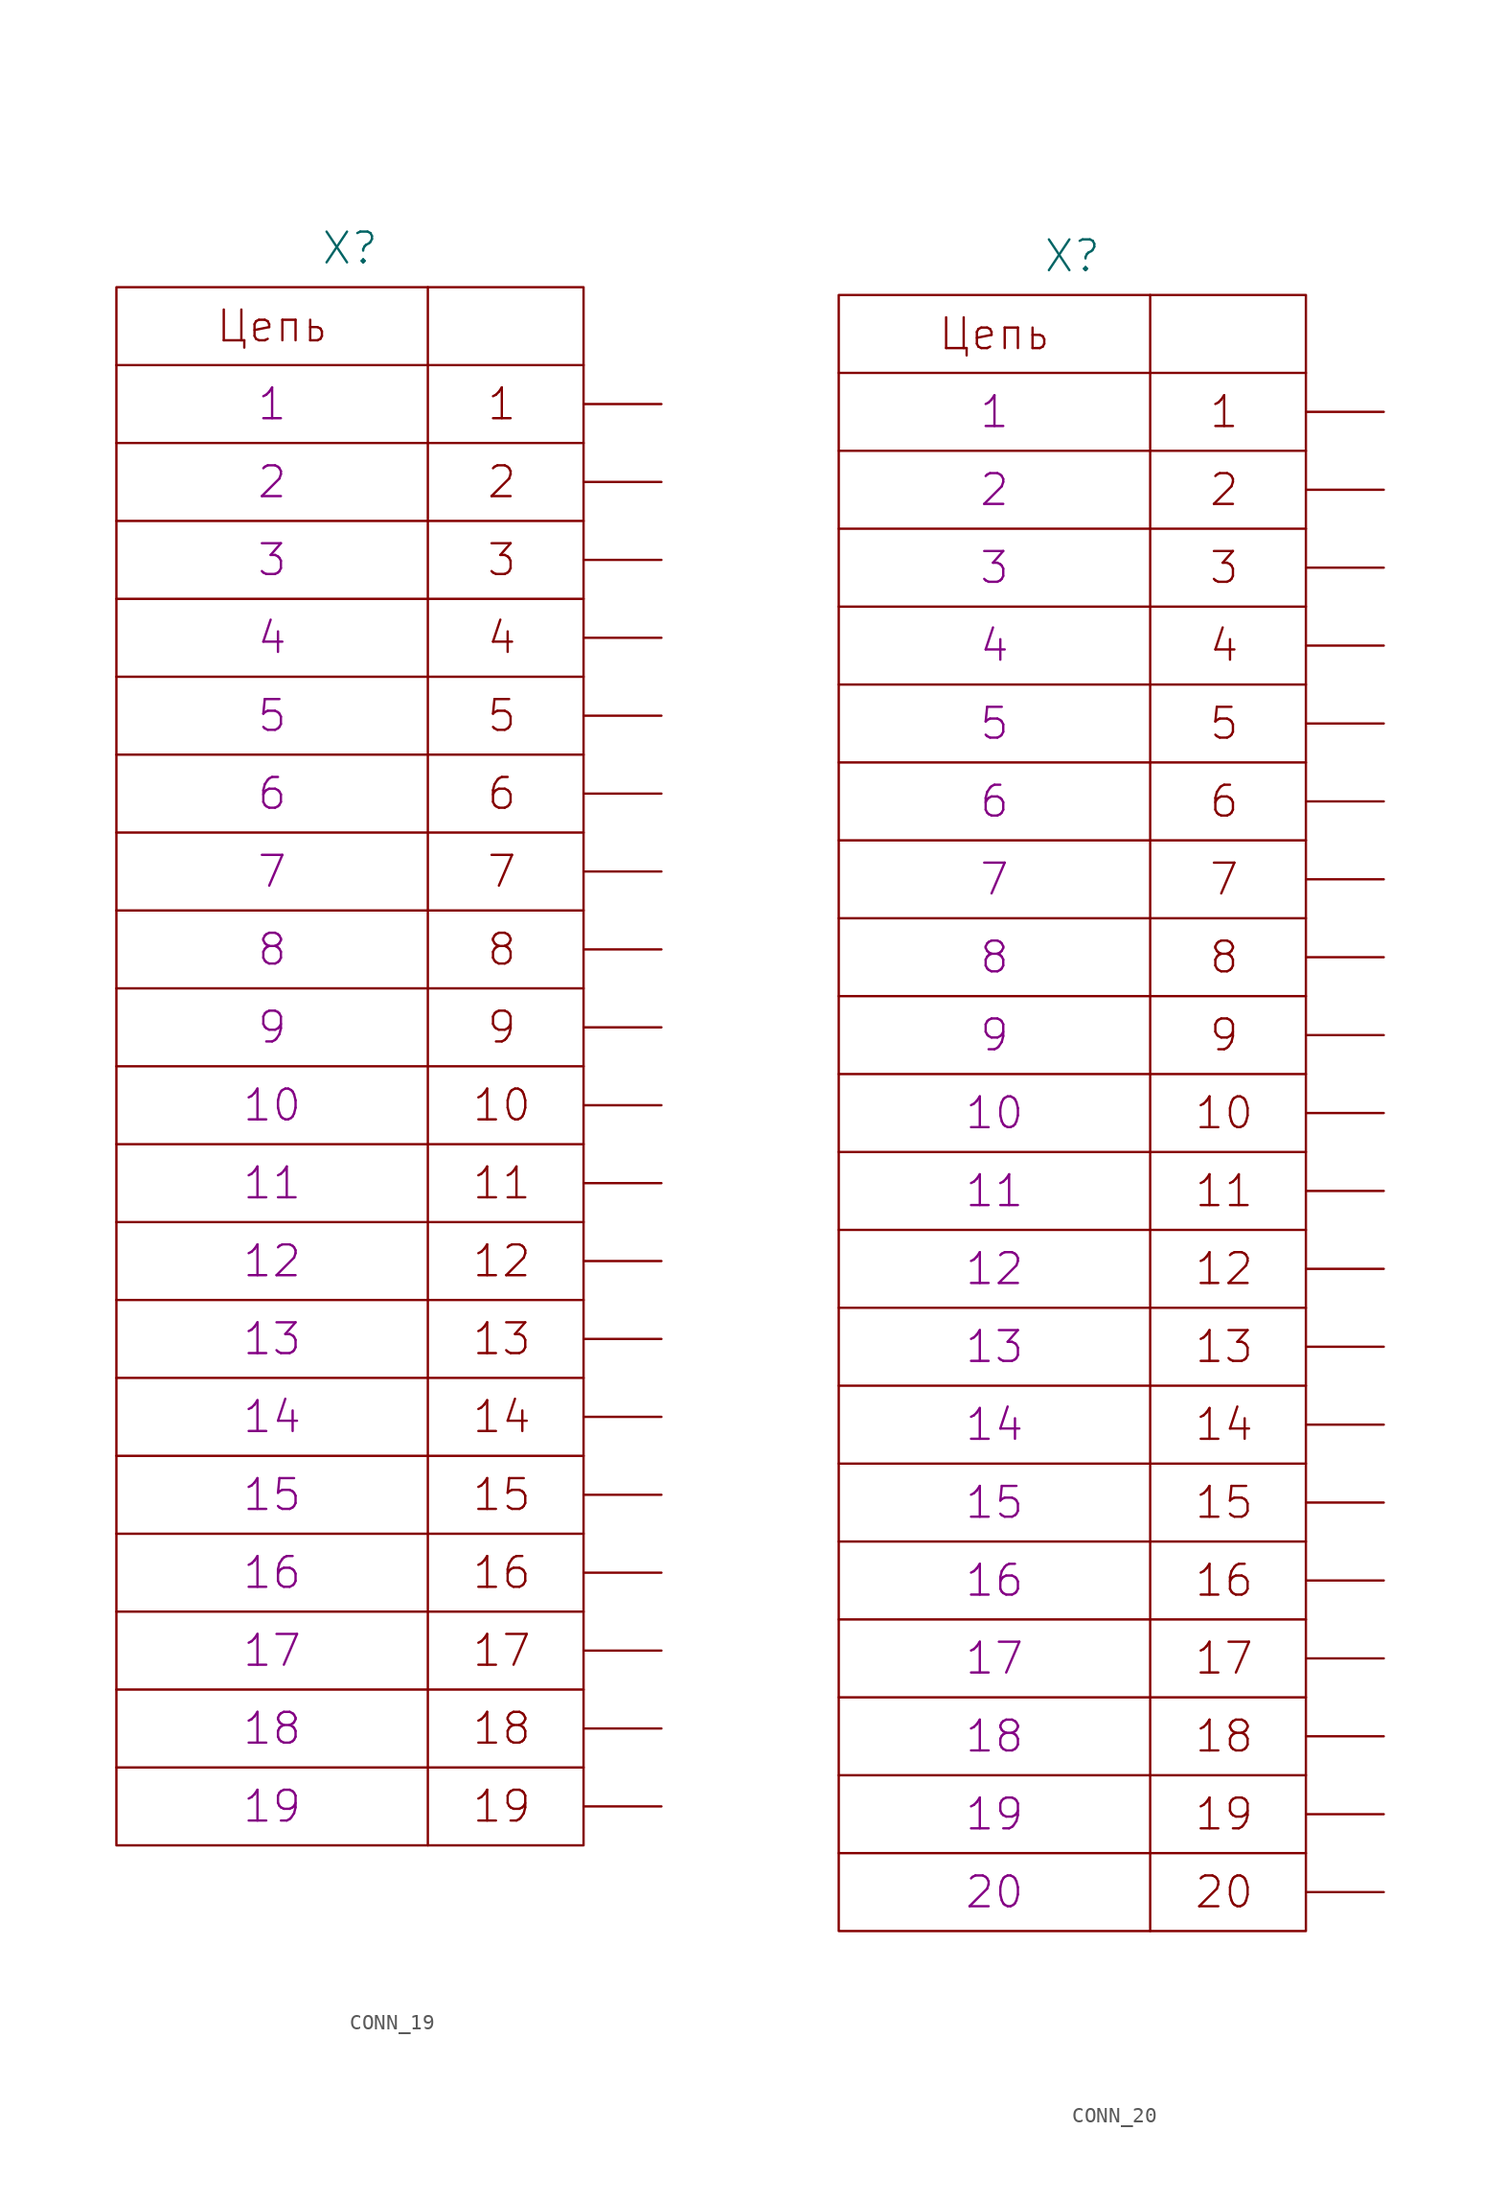
<source format=kicad_sym>
(kicad_symbol_lib
  (version 20231120)
  (generator "kicad_symbol_editor")
  (generator_version "8.0")
  (symbol "CONN_19"
    (pin_numbers hide)
    (pin_names
      (offset 0) hide)
    (property "Reference" "X"
      (at 0 53.34 0)
      (effects (font (size 2.007 2.007))))
    (property "PIN1" "1"
      (at -5.08 43.18 0)
      (effects (font (size 2.007 2.007))))
    (property "PIN2" "2"
      (at -5.08 38.1 0)
      (effects (font (size 2.007 2.007))))
    (property "PIN3" "3"
      (at -5.08 33.02 0)
      (effects (font (size 2.007 2.007))))
    (property "PIN4" "4"
      (at -5.08 27.94 0)
      (effects (font (size 2.007 2.007))))
    (property "PIN5" "5"
      (at -5.08 22.86 0)
      (effects (font (size 2.007 2.007))))
    (property "PIN6" "6"
      (at -5.08 17.78 0)
      (effects (font (size 2.007 2.007))))
    (property "PIN7" "7"
      (at -5.08 12.7 0)
      (effects (font (size 2.007 2.007))))
    (property "PIN8" "8"
      (at -5.08 7.62 0)
      (effects (font (size 2.007 2.007))))
    (property "PIN9" "9"
      (at -5.08 2.54 0)
      (effects (font (size 2.007 2.007))))
    (property "PIN10" "10"
      (at -5.08 -2.54 0)
      (effects (font (size 2.007 2.007))))
    (property "PIN11" "11"
      (at -5.08 -7.62 0)
      (effects (font (size 2.007 2.007))))
    (property "PIN12" "12"
      (at -5.08 -12.7 0)
      (effects (font (size 2.007 2.007))))
    (property "PIN13" "13"
      (at -5.08 -17.78 0)
      (effects (font (size 2.007 2.007))))
    (property "PIN14" "14"
      (at -5.08 -22.86 0)
      (effects (font (size 2.007 2.007))))
    (property "PIN15" "15"
      (at -5.08 -27.94 0)
      (effects (font (size 2.007 2.007))))
    (property "PIN16" "16"
      (at -5.08 -33.02 0)
      (effects (font (size 2.007 2.007))))
    (property "PIN17" "17"
      (at -5.08 -38.1 0)
      (effects (font (size 2.007 2.007))))
    (property "PIN18" "18"
      (at -5.08 -43.18 0)
      (effects (font (size 2.007 2.007))))
    (property "PIN19" "19"
      (at -5.08 -48.26 0)
      (effects (font (size 2.007 2.007))))
    (symbol "CONN_19_0_0"
      (polyline (pts (xy -15.24 -45.72) (xy 15.24 -45.72)) (stroke (width 0) (type solid)) (fill (type none)))
      (polyline (pts (xy -15.24 -40.64) (xy 15.24 -40.64)) (stroke (width 0) (type solid)) (fill (type none)))
      (polyline (pts (xy -15.24 -35.56) (xy 15.24 -35.56)) (stroke (width 0) (type solid)) (fill (type none)))
      (polyline (pts (xy -15.24 -30.48) (xy 15.24 -30.48)) (stroke (width 0) (type solid)) (fill (type none)))
      (polyline (pts (xy -15.24 -25.4) (xy 15.24 -25.4)) (stroke (width 0) (type solid)) (fill (type none)))
      (polyline (pts (xy -15.24 -20.32) (xy 15.24 -20.32)) (stroke (width 0) (type solid)) (fill (type none)))
      (polyline (pts (xy -15.24 -15.24) (xy 15.24 -15.24)) (stroke (width 0) (type solid)) (fill (type none)))
      (polyline (pts (xy -15.24 -10.16) (xy 15.24 -10.16)) (stroke (width 0) (type solid)) (fill (type none)))
      (polyline (pts (xy -15.24 -5.08) (xy 15.24 -5.08)) (stroke (width 0) (type solid)) (fill (type none)))
      (polyline (pts (xy -15.24 0) (xy 15.24 0)) (stroke (width 0) (type solid)) (fill (type none)))
      (polyline (pts (xy -15.24 5.08) (xy 15.24 5.08)) (stroke (width 0) (type solid)) (fill (type none)))
      (polyline (pts (xy -15.24 10.16) (xy 15.24 10.16)) (stroke (width 0) (type solid)) (fill (type none)))
      (polyline (pts (xy -15.24 15.24) (xy 15.24 15.24)) (stroke (width 0) (type solid)) (fill (type none)))
      (polyline (pts (xy -15.24 20.32) (xy 15.24 20.32)) (stroke (width 0) (type solid)) (fill (type none)))
      (polyline (pts (xy -15.24 25.4) (xy 15.24 25.4)) (stroke (width 0) (type solid)) (fill (type none)))
      (polyline (pts (xy -15.24 30.48) (xy 15.24 30.48)) (stroke (width 0) (type solid)) (fill (type none)))
      (polyline (pts (xy -15.24 35.56) (xy 15.24 35.56)) (stroke (width 0) (type solid)) (fill (type none)))
      (polyline (pts (xy -15.24 40.64) (xy 15.24 40.64)) (stroke (width 0) (type solid)) (fill (type none)))
      (polyline (pts (xy -15.24 45.72) (xy 15.24 45.72)) (stroke (width 0) (type solid)) (fill (type none)))
      (polyline (pts (xy 5.08 50.8) (xy 5.08 -50.8)) (stroke (width 0) (type solid)) (fill (type none)))
      (rectangle (start 15.24 50.8) (end -15.24 -50.8) (stroke (width 0) (type solid)) (fill (type none))))
    (symbol "CONN_19_1_1"
      (text "1" (at 9.906 43.18 0) (effects (font (size 2.007 2.007))))
      (text "10" (at 9.906 -2.54 0) (effects (font (size 2.007 2.007))))
      (text "11" (at 9.906 -7.62 0) (effects (font (size 2.007 2.007))))
      (text "12" (at 9.906 -12.7 0) (effects (font (size 2.007 2.007))))
      (text "13" (at 9.906 -17.78 0) (effects (font (size 2.007 2.007))))
      (text "14" (at 9.906 -22.86 0) (effects (font (size 2.007 2.007))))
      (text "15" (at 9.906 -27.94 0) (effects (font (size 2.007 2.007))))
      (text "16" (at 9.906 -33.02 0) (effects (font (size 2.007 2.007))))
      (text "17" (at 9.906 -38.1 0) (effects (font (size 2.007 2.007))))
      (text "18" (at 9.906 -43.18 0) (effects (font (size 2.007 2.007))))
      (text "19" (at 9.906 -48.26 0) (effects (font (size 2.007 2.007))))
      (text "2" (at 9.906 38.1 0) (effects (font (size 2.007 2.007))))
      (text "3" (at 9.906 33.02 0) (effects (font (size 2.007 2.007))))
      (text "4" (at 9.906 27.94 0) (effects (font (size 2.007 2.007))))
      (text "5" (at 9.906 22.86 0) (effects (font (size 2.007 2.007))))
      (text "6" (at 9.906 17.78 0) (effects (font (size 2.007 2.007))))
      (text "7" (at 9.906 12.7 0) (effects (font (size 2.007 2.007))))
      (text "8" (at 9.906 7.62 0) (effects (font (size 2.007 2.007))))
      (text "9" (at 9.906 2.54 0) (effects (font (size 2.007 2.007))))
      (text "Цепь" (at -5.08 48.26 0) (effects (font (size 2.007 2.007))))
      (pin passive line (at 20.32 43.18 180) (length 5.08) (name "1" (effects (font (size 2.007 2.007)))) (number "1" (effects (font (size 2.007 2.007)))))
      (pin passive line (at 20.32 -2.54 180) (length 5.08) (name "10" (effects (font (size 2.007 2.007)))) (number "10" (effects (font (size 2.007 2.007)))))
      (pin passive line (at 20.32 -7.62 180) (length 5.08) (name "11" (effects (font (size 2.007 2.007)))) (number "11" (effects (font (size 2.007 2.007)))))
      (pin passive line (at 20.32 -12.7 180) (length 5.08) (name "12" (effects (font (size 2.007 2.007)))) (number "12" (effects (font (size 2.007 2.007)))))
      (pin passive line (at 20.32 -17.78 180) (length 5.08) (name "13" (effects (font (size 2.007 2.007)))) (number "13" (effects (font (size 2.007 2.007)))))
      (pin passive line (at 20.32 -22.86 180) (length 5.08) (name "14" (effects (font (size 2.007 2.007)))) (number "14" (effects (font (size 2.007 2.007)))))
      (pin passive line (at 20.32 -27.94 180) (length 5.08) (name "15" (effects (font (size 2.007 2.007)))) (number "15" (effects (font (size 2.007 2.007)))))
      (pin passive line (at 20.32 -33.02 180) (length 5.08) (name "16" (effects (font (size 2.007 2.007)))) (number "16" (effects (font (size 2.007 2.007)))))
      (pin passive line (at 20.32 -38.1 180) (length 5.08) (name "17" (effects (font (size 2.007 2.007)))) (number "17" (effects (font (size 2.007 2.007)))))
      (pin passive line (at 20.32 -43.18 180) (length 5.08) (name "18" (effects (font (size 2.007 2.007)))) (number "18" (effects (font (size 2.007 2.007)))))
      (pin passive line (at 20.32 -48.26 180) (length 5.08) (name "19" (effects (font (size 2.007 2.007)))) (number "19" (effects (font (size 2.007 2.007)))))
      (pin passive line (at 20.32 38.1 180) (length 5.08) (name "2" (effects (font (size 2.007 2.007)))) (number "2" (effects (font (size 2.007 2.007)))))
      (pin passive line (at 20.32 33.02 180) (length 5.08) (name "3" (effects (font (size 2.007 2.007)))) (number "3" (effects (font (size 2.007 2.007)))))
      (pin passive line (at 20.32 27.94 180) (length 5.08) (name "4" (effects (font (size 2.007 2.007)))) (number "4" (effects (font (size 2.007 2.007)))))
      (pin passive line (at 20.32 22.86 180) (length 5.08) (name "5" (effects (font (size 2.007 2.007)))) (number "5" (effects (font (size 2.007 2.007)))))
      (pin passive line (at 20.32 17.78 180) (length 5.08) (name "6" (effects (font (size 2.007 2.007)))) (number "6" (effects (font (size 2.007 2.007)))))
      (pin passive line (at 20.32 12.7 180) (length 5.08) (name "7" (effects (font (size 2.007 2.007)))) (number "7" (effects (font (size 2.007 2.007)))))
      (pin passive line (at 20.32 7.62 180) (length 5.08) (name "8" (effects (font (size 2.007 2.007)))) (number "8" (effects (font (size 2.007 2.007)))))
      (pin passive line (at 20.32 2.54 180) (length 5.08) (name "9" (effects (font (size 2.007 2.007)))) (number "9" (effects (font (size 2.007 2.007)))))))
  (symbol "CONN_20"
    (pin_numbers hide)
    (pin_names
      (offset 0) hide)
    (property "Reference" "X"
      (at 0 55.88 0)
      (effects (font (size 2.007 2.007))))
    (property "PIN1" "1"
      (at -5.08 45.72 0)
      (effects (font (size 2.007 2.007))))
    (property "PIN2" "2"
      (at -5.08 40.64 0)
      (effects (font (size 2.007 2.007))))
    (property "PIN3" "3"
      (at -5.08 35.56 0)
      (effects (font (size 2.007 2.007))))
    (property "PIN4" "4"
      (at -5.08 30.48 0)
      (effects (font (size 2.007 2.007))))
    (property "PIN5" "5"
      (at -5.08 25.4 0)
      (effects (font (size 2.007 2.007))))
    (property "PIN6" "6"
      (at -5.08 20.32 0)
      (effects (font (size 2.007 2.007))))
    (property "PIN7" "7"
      (at -5.08 15.24 0)
      (effects (font (size 2.007 2.007))))
    (property "PIN8" "8"
      (at -5.08 10.16 0)
      (effects (font (size 2.007 2.007))))
    (property "PIN9" "9"
      (at -5.08 5.08 0)
      (effects (font (size 2.007 2.007))))
    (property "PIN10" "10"
      (at -5.08 0 0)
      (effects (font (size 2.007 2.007))))
    (property "PIN11" "11"
      (at -5.08 -5.08 0)
      (effects (font (size 2.007 2.007))))
    (property "PIN12" "12"
      (at -5.08 -10.16 0)
      (effects (font (size 2.007 2.007))))
    (property "PIN13" "13"
      (at -5.08 -15.24 0)
      (effects (font (size 2.007 2.007))))
    (property "PIN14" "14"
      (at -5.08 -20.32 0)
      (effects (font (size 2.007 2.007))))
    (property "PIN15" "15"
      (at -5.08 -25.4 0)
      (effects (font (size 2.007 2.007))))
    (property "PIN16" "16"
      (at -5.08 -30.48 0)
      (effects (font (size 2.007 2.007))))
    (property "PIN17" "17"
      (at -5.08 -35.56 0)
      (effects (font (size 2.007 2.007))))
    (property "PIN18" "18"
      (at -5.08 -40.64 0)
      (effects (font (size 2.007 2.007))))
    (property "PIN19" "19"
      (at -5.08 -45.72 0)
      (effects (font (size 2.007 2.007))))
    (property "PIN20" "20"
      (at -5.08 -50.8 0)
      (effects (font (size 2.007 2.007))))
    (symbol "CONN_20_0_0"
      (polyline (pts (xy -15.24 -48.26) (xy 15.24 -48.26)) (stroke (width 0) (type solid)) (fill (type none)))
      (polyline (pts (xy -15.24 -43.18) (xy 15.24 -43.18)) (stroke (width 0) (type solid)) (fill (type none)))
      (polyline (pts (xy -15.24 -38.1) (xy 15.24 -38.1)) (stroke (width 0) (type solid)) (fill (type none)))
      (polyline (pts (xy -15.24 -33.02) (xy 15.24 -33.02)) (stroke (width 0) (type solid)) (fill (type none)))
      (polyline (pts (xy -15.24 -27.94) (xy 15.24 -27.94)) (stroke (width 0) (type solid)) (fill (type none)))
      (polyline (pts (xy -15.24 -22.86) (xy 15.24 -22.86)) (stroke (width 0) (type solid)) (fill (type none)))
      (polyline (pts (xy -15.24 -17.78) (xy 15.24 -17.78)) (stroke (width 0) (type solid)) (fill (type none)))
      (polyline (pts (xy -15.24 -12.7) (xy 15.24 -12.7)) (stroke (width 0) (type solid)) (fill (type none)))
      (polyline (pts (xy -15.24 -7.62) (xy 15.24 -7.62)) (stroke (width 0) (type solid)) (fill (type none)))
      (polyline (pts (xy -15.24 -2.54) (xy 15.24 -2.54)) (stroke (width 0) (type solid)) (fill (type none)))
      (polyline (pts (xy -15.24 2.54) (xy 15.24 2.54)) (stroke (width 0) (type solid)) (fill (type none)))
      (polyline (pts (xy -15.24 7.62) (xy 15.24 7.62)) (stroke (width 0) (type solid)) (fill (type none)))
      (polyline (pts (xy -15.24 12.7) (xy 15.24 12.7)) (stroke (width 0) (type solid)) (fill (type none)))
      (polyline (pts (xy -15.24 17.78) (xy 15.24 17.78)) (stroke (width 0) (type solid)) (fill (type none)))
      (polyline (pts (xy -15.24 22.86) (xy 15.24 22.86)) (stroke (width 0) (type solid)) (fill (type none)))
      (polyline (pts (xy -15.24 27.94) (xy 15.24 27.94)) (stroke (width 0) (type solid)) (fill (type none)))
      (polyline (pts (xy -15.24 33.02) (xy 15.24 33.02)) (stroke (width 0) (type solid)) (fill (type none)))
      (polyline (pts (xy -15.24 38.1) (xy 15.24 38.1)) (stroke (width 0) (type solid)) (fill (type none)))
      (polyline (pts (xy -15.24 43.18) (xy 15.24 43.18)) (stroke (width 0) (type solid)) (fill (type none)))
      (polyline (pts (xy -15.24 48.26) (xy 15.24 48.26)) (stroke (width 0) (type solid)) (fill (type none)))
      (polyline (pts (xy 5.08 53.34) (xy 5.08 -53.34)) (stroke (width 0) (type solid)) (fill (type none)))
      (rectangle (start 15.24 53.34) (end -15.24 -53.34) (stroke (width 0) (type solid)) (fill (type none))))
    (symbol "CONN_20_1_1"
      (text "1" (at 9.906 45.72 0) (effects (font (size 2.007 2.007))))
      (text "10" (at 9.906 0 0) (effects (font (size 2.007 2.007))))
      (text "11" (at 9.906 -5.08 0) (effects (font (size 2.007 2.007))))
      (text "12" (at 9.906 -10.16 0) (effects (font (size 2.007 2.007))))
      (text "13" (at 9.906 -15.24 0) (effects (font (size 2.007 2.007))))
      (text "14" (at 9.906 -20.32 0) (effects (font (size 2.007 2.007))))
      (text "15" (at 9.906 -25.4 0) (effects (font (size 2.007 2.007))))
      (text "16" (at 9.906 -30.48 0) (effects (font (size 2.007 2.007))))
      (text "17" (at 9.906 -35.56 0) (effects (font (size 2.007 2.007))))
      (text "18" (at 9.906 -40.64 0) (effects (font (size 2.007 2.007))))
      (text "19" (at 9.906 -45.72 0) (effects (font (size 2.007 2.007))))
      (text "2" (at 9.906 40.64 0) (effects (font (size 2.007 2.007))))
      (text "20" (at 9.906 -50.8 0) (effects (font (size 2.007 2.007))))
      (text "3" (at 9.906 35.56 0) (effects (font (size 2.007 2.007))))
      (text "4" (at 9.906 30.48 0) (effects (font (size 2.007 2.007))))
      (text "5" (at 9.906 25.4 0) (effects (font (size 2.007 2.007))))
      (text "6" (at 9.906 20.32 0) (effects (font (size 2.007 2.007))))
      (text "7" (at 9.906 15.24 0) (effects (font (size 2.007 2.007))))
      (text "8" (at 9.906 10.16 0) (effects (font (size 2.007 2.007))))
      (text "9" (at 9.906 5.08 0) (effects (font (size 2.007 2.007))))
      (text "Цепь" (at -5.08 50.8 0) (effects (font (size 2.007 2.007))))
      (pin passive line (at 20.32 45.72 180) (length 5.08) (name "1" (effects (font (size 2.007 2.007)))) (number "1" (effects (font (size 2.007 2.007)))))
      (pin passive line (at 20.32 0 180) (length 5.08) (name "10" (effects (font (size 2.007 2.007)))) (number "10" (effects (font (size 2.007 2.007)))))
      (pin passive line (at 20.32 -5.08 180) (length 5.08) (name "11" (effects (font (size 2.007 2.007)))) (number "11" (effects (font (size 2.007 2.007)))))
      (pin passive line (at 20.32 -10.16 180) (length 5.08) (name "12" (effects (font (size 2.007 2.007)))) (number "12" (effects (font (size 2.007 2.007)))))
      (pin passive line (at 20.32 -15.24 180) (length 5.08) (name "13" (effects (font (size 2.007 2.007)))) (number "13" (effects (font (size 2.007 2.007)))))
      (pin passive line (at 20.32 -20.32 180) (length 5.08) (name "14" (effects (font (size 2.007 2.007)))) (number "14" (effects (font (size 2.007 2.007)))))
      (pin passive line (at 20.32 -25.4 180) (length 5.08) (name "15" (effects (font (size 2.007 2.007)))) (number "15" (effects (font (size 2.007 2.007)))))
      (pin passive line (at 20.32 -30.48 180) (length 5.08) (name "16" (effects (font (size 2.007 2.007)))) (number "16" (effects (font (size 2.007 2.007)))))
      (pin passive line (at 20.32 -35.56 180) (length 5.08) (name "17" (effects (font (size 2.007 2.007)))) (number "17" (effects (font (size 2.007 2.007)))))
      (pin passive line (at 20.32 -40.64 180) (length 5.08) (name "18" (effects (font (size 2.007 2.007)))) (number "18" (effects (font (size 2.007 2.007)))))
      (pin passive line (at 20.32 -45.72 180) (length 5.08) (name "19" (effects (font (size 2.007 2.007)))) (number "19" (effects (font (size 2.007 2.007)))))
      (pin passive line (at 20.32 40.64 180) (length 5.08) (name "2" (effects (font (size 2.007 2.007)))) (number "2" (effects (font (size 2.007 2.007)))))
      (pin passive line (at 20.32 -50.8 180) (length 5.08) (name "20" (effects (font (size 2.007 2.007)))) (number "20" (effects (font (size 2.007 2.007)))))
      (pin passive line (at 20.32 35.56 180) (length 5.08) (name "3" (effects (font (size 2.007 2.007)))) (number "3" (effects (font (size 2.007 2.007)))))
      (pin passive line (at 20.32 30.48 180) (length 5.08) (name "4" (effects (font (size 2.007 2.007)))) (number "4" (effects (font (size 2.007 2.007)))))
      (pin passive line (at 20.32 25.4 180) (length 5.08) (name "5" (effects (font (size 2.007 2.007)))) (number "5" (effects (font (size 2.007 2.007)))))
      (pin passive line (at 20.32 20.32 180) (length 5.08) (name "6" (effects (font (size 2.007 2.007)))) (number "6" (effects (font (size 2.007 2.007)))))
      (pin passive line (at 20.32 15.24 180) (length 5.08) (name "7" (effects (font (size 2.007 2.007)))) (number "7" (effects (font (size 2.007 2.007)))))
      (pin passive line (at 20.32 10.16 180) (length 5.08) (name "8" (effects (font (size 2.007 2.007)))) (number "8" (effects (font (size 2.007 2.007)))))
      (pin passive line (at 20.32 5.08 180) (length 5.08) (name "9" (effects (font (size 2.007 2.007)))) (number "9" (effects (font (size 2.007 2.007))))))))
</source>
